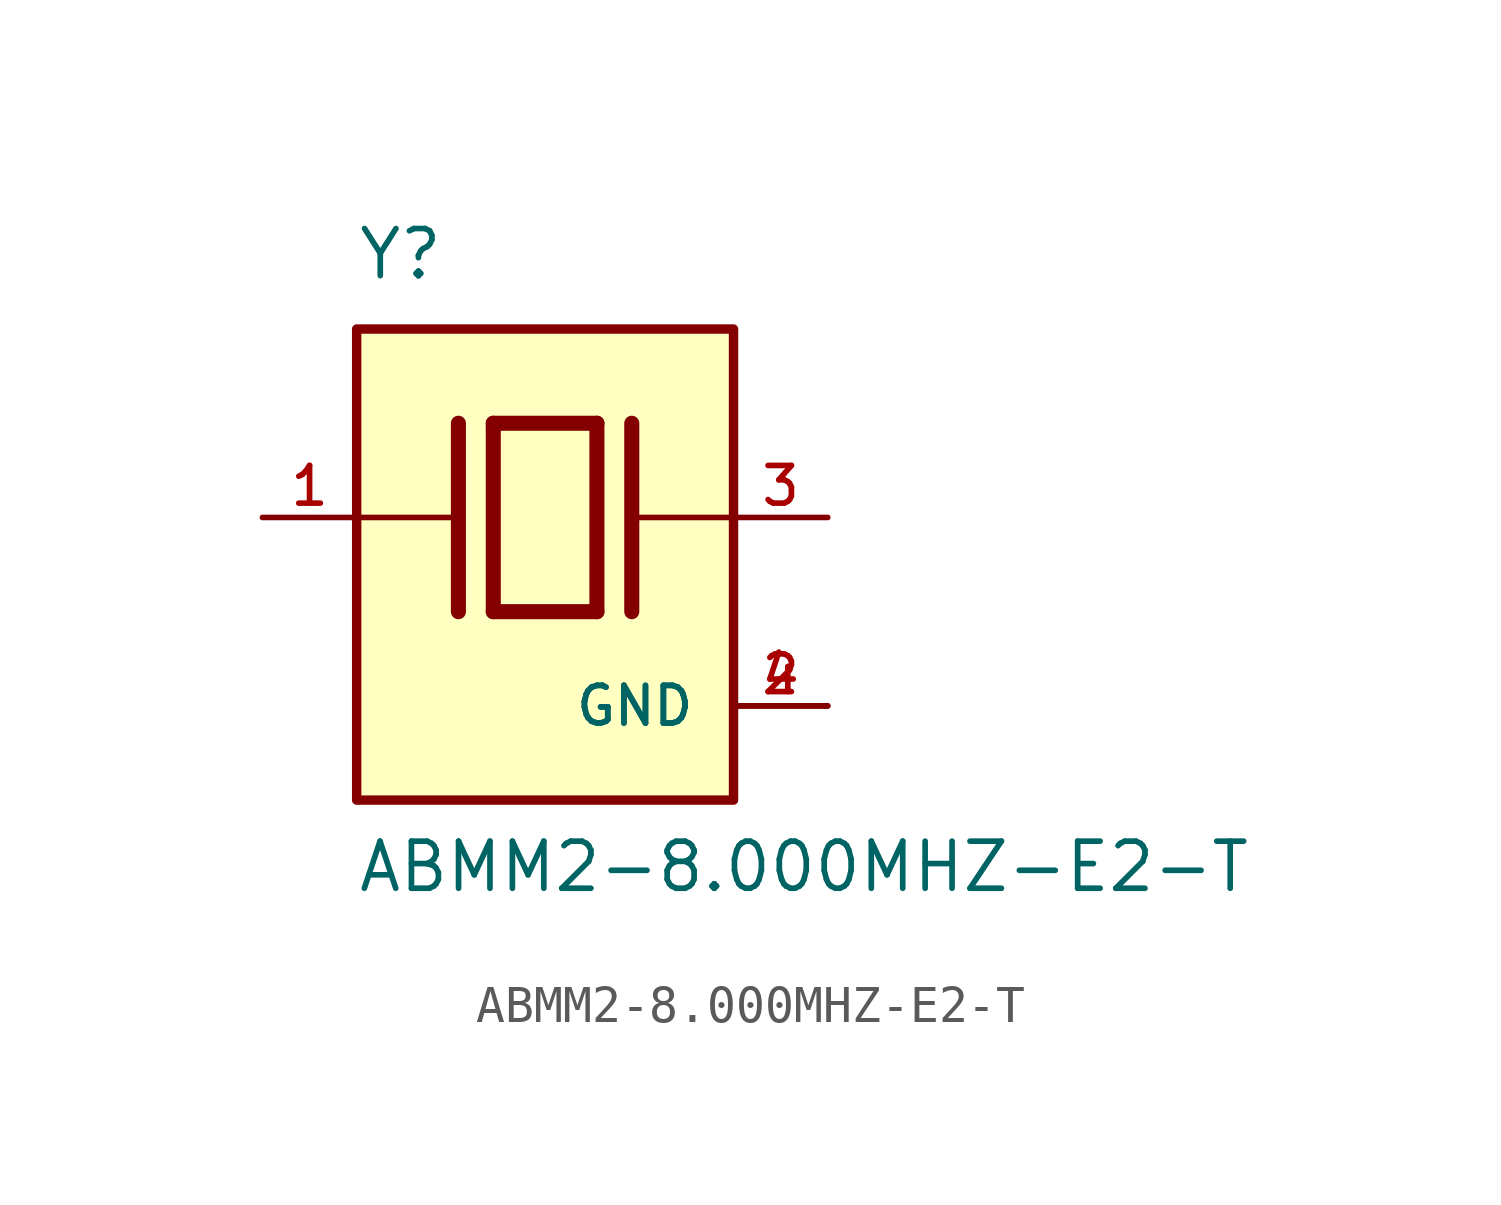
<source format=kicad_sym>
(kicad_symbol_lib
  (version 20211014)
  (generator kicad_symbol_editor)
  (symbol "ABMM2-8.000MHZ-E2-T"
    (pin_names
      (offset 1.016))
    (property "Reference" "Y"
      (at -5.088 6.356 0)
      (effects (font (size 1.27 1.27)) (justify bottom left)))
    (property "Value" "ABMM2-8.000MHZ-E2-T"
      (at -5.094 -10.16 0)
      (effects (font (size 1.27 1.27)) (justify bottom left)))
    (symbol "ABMM2-8.000MHZ-E2-T_0_0"
      (polyline (pts (xy -1.397 2.54) (xy 1.397 2.54)) (stroke (width 0.406)))
      (polyline (pts (xy 1.397 2.54) (xy 1.397 -2.54)) (stroke (width 0.406)))
      (polyline (pts (xy 1.397 -2.54) (xy -1.397 -2.54)) (stroke (width 0.406)))
      (polyline (pts (xy -1.397 2.54) (xy -1.397 -2.54)) (stroke (width 0.406)))
      (polyline (pts (xy 2.337 2.54) (xy 2.337 -2.54)) (stroke (width 0.406)))
      (polyline (pts (xy -2.337 2.54) (xy -2.337 -2.54)) (stroke (width 0.406)))
      (polyline (pts (xy -5.08 0.0) (xy -2.54 0.0)) (stroke (width 0.152)))
      (polyline (pts (xy 2.54 0.0) (xy 5.08 0.0)) (stroke (width 0.152)))
      (rectangle (start -5.08 -7.62) (end 5.08 5.08) (stroke (width 0.254)) (fill (type background)))
      (pin passive line (at 7.62 0.0 180.0) (length 2.54) (name "~" (effects (font (size 1.016 1.016)))) (number "3" (effects (font (size 1.016 1.016)))))
      (pin passive line (at -7.62 0.0 0) (length 2.54) (name "~" (effects (font (size 1.016 1.016)))) (number "1" (effects (font (size 1.016 1.016)))))
      (pin power_in line (at 7.62 -5.08 180.0) (length 2.54) (name "GND" (effects (font (size 1.016 1.016)))) (number "2" (effects (font (size 1.016 1.016)))))
      (pin power_in line (at 7.62 -5.08 180.0) (length 2.54) (name "GND" (effects (font (size 1.016 1.016)))) (number "4" (effects (font (size 1.016 1.016))))))))
</source>
